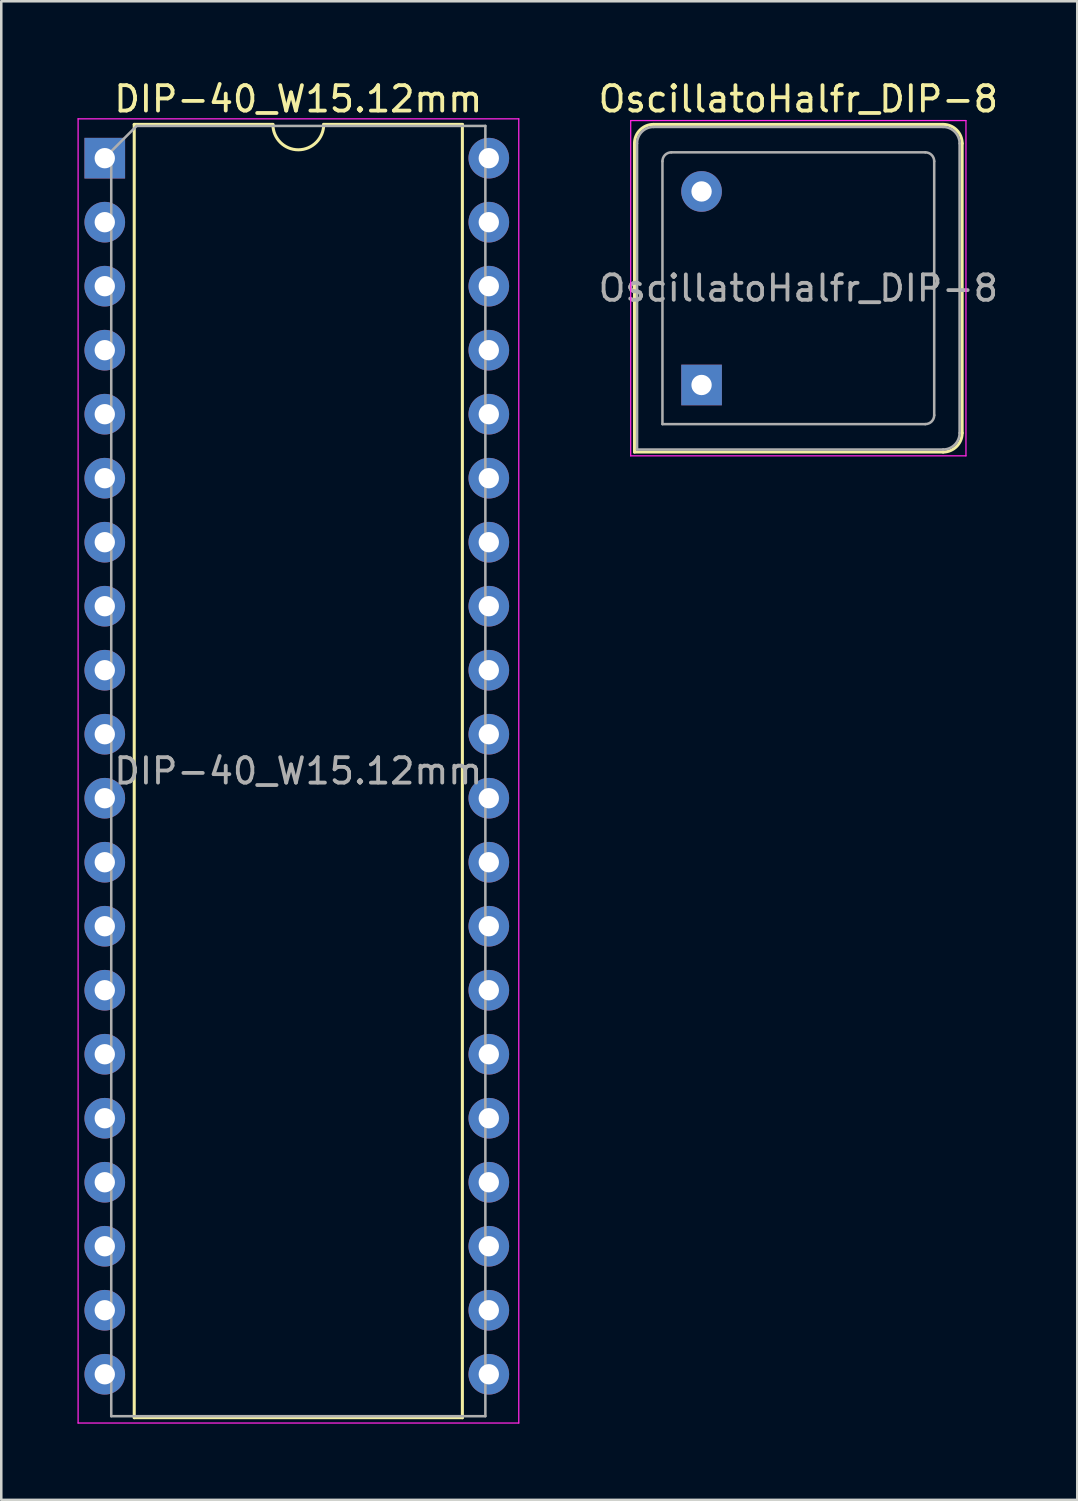
<source format=kicad_pcb>
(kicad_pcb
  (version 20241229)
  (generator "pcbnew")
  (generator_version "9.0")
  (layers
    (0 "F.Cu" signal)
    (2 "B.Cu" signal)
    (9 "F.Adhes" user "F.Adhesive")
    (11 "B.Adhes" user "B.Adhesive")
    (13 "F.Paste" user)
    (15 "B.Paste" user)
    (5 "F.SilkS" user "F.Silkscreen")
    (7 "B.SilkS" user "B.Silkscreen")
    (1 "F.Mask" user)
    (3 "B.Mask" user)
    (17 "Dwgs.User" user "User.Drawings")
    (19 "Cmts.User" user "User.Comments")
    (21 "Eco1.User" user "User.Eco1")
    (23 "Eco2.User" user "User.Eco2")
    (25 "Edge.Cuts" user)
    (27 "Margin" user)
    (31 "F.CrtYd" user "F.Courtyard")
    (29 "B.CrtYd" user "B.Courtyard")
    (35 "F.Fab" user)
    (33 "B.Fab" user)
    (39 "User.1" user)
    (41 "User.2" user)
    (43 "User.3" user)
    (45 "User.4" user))
  (footprint "OscillatoHalfr_DIP-8"
    (layer "F.Cu")
    (at 24.572 12.108)
    (property "Reference" "OscillatoHalfr_DIP-8" (at 3.81 -11.26 0) (layer "F.SilkS") (effects (font (size 1 1) (thickness 0.15))))
    (attr through_hole)
    (fp_line (start -2.64 -9.51) (end -2.64 2.64) (stroke (width 0.12) (type solid)) (layer "F.SilkS"))
    (fp_line (start -2.64 2.64) (end 9.51 2.64) (stroke (width 0.12) (type solid)) (layer "F.SilkS"))
    (fp_line (start 9.51 -10.26) (end -1.89 -10.26) (stroke (width 0.12) (type solid)) (layer "F.SilkS"))
    (fp_line (start 10.26 1.89) (end 10.26 -9.51) (stroke (width 0.12) (type solid)) (layer "F.SilkS"))
    (fp_arc (start -2.64 -9.51) (mid -2.42033 -10.04033) (end -1.89 -10.26) (stroke (width 0.12) (type solid)) (layer "F.SilkS"))
    (fp_arc (start 9.51 -10.26) (mid 10.04033 -10.04033) (end 10.26 -9.51) (stroke (width 0.12) (type solid)) (layer "F.SilkS"))
    (fp_arc (start 10.26 1.89) (mid 10.04033 2.42033) (end 9.51 2.64) (stroke (width 0.12) (type solid)) (layer "F.SilkS"))
    (fp_line (start -2.79 -10.41) (end -2.79 2.79) (stroke (width 0.05) (type solid)) (layer "F.CrtYd"))
    (fp_line (start -2.79 2.79) (end 10.41 2.79) (stroke (width 0.05) (type solid)) (layer "F.CrtYd"))
    (fp_line (start 10.41 -10.41) (end -2.79 -10.41) (stroke (width 0.05) (type solid)) (layer "F.CrtYd"))
    (fp_line (start 10.41 2.79) (end 10.41 -10.41) (stroke (width 0.05) (type solid)) (layer "F.CrtYd"))
    (fp_line (start -2.54 2.54) (end -2.54 -9.51) (stroke (width 0.1) (type solid)) (layer "F.Fab"))
    (fp_line (start -2.54 2.54) (end 9.51 2.54) (stroke (width 0.1) (type solid)) (layer "F.Fab"))
    (fp_line (start -1.89 -10.16) (end 9.51 -10.16) (stroke (width 0.1) (type solid)) (layer "F.Fab"))
    (fp_line (start -1.54 1.54) (end -1.54 -8.81) (stroke (width 0.1) (type solid)) (layer "F.Fab"))
    (fp_line (start -1.54 1.54) (end 8.81 1.54) (stroke (width 0.1) (type solid)) (layer "F.Fab"))
    (fp_line (start -1.19 -9.16) (end 8.81 -9.16) (stroke (width 0.1) (type solid)) (layer "F.Fab"))
    (fp_line (start 9.16 1.19) (end 9.16 -8.81) (stroke (width 0.1) (type solid)) (layer "F.Fab"))
    (fp_line (start 10.16 -9.51) (end 10.16 1.89) (stroke (width 0.1) (type solid)) (layer "F.Fab"))
    (fp_arc (start -2.54 -9.51) (mid -2.349619 -9.969619) (end -1.89 -10.16) (stroke (width 0.1) (type solid)) (layer "F.Fab"))
    (fp_arc (start -1.54 -8.81) (mid -1.437487 -9.057487) (end -1.19 -9.16) (stroke (width 0.1) (type solid)) (layer "F.Fab"))
    (fp_arc (start 8.81 -9.16) (mid 9.057487 -9.057487) (end 9.16 -8.81) (stroke (width 0.1) (type solid)) (layer "F.Fab"))
    (fp_arc (start 9.16 1.19) (mid 9.057487 1.437487) (end 8.81 1.54) (stroke (width 0.1) (type solid)) (layer "F.Fab"))
    (fp_arc (start 9.51 -10.16) (mid 9.969619 -9.969619) (end 10.16 -9.51) (stroke (width 0.1) (type solid)) (layer "F.Fab"))
    (fp_arc (start 10.16 1.89) (mid 9.969619 2.349619) (end 9.51 2.54) (stroke (width 0.1) (type solid)) (layer "F.Fab"))
    (fp_text user "${REFERENCE}" (at 3.81 -3.81 0) (layer "F.Fab") (effects (font (size 1 1) (thickness 0.15))))
    (pad "1" thru_hole rect (at 0 0) (size 1.6 1.6) (drill 0.8) (layers "*.Cu" "*.Mask"))
    (pad "2" thru_hole circle (at 0 -7.62) (size 1.6 1.6) (drill 0.8) (layers "*.Cu" "*.Mask")))
  (footprint "DIP-40_W15.12mm"
    (layer "F.Cu")
    (at 1.075 3.178)
    (property "Reference" "DIP-40_W15.12mm" (at 7.62 -2.33 0) (layer "F.SilkS") (effects (font (size 1 1) (thickness 0.15))))
    (attr through_hole)
    (fp_line (start 1.16 -1.33) (end 1.16 49.59) (stroke (width 0.12) (type solid)) (layer "F.SilkS"))
    (fp_line (start 1.16 49.59) (end 14.08 49.59) (stroke (width 0.12) (type solid)) (layer "F.SilkS"))
    (fp_line (start 6.62 -1.33) (end 1.16 -1.33) (stroke (width 0.12) (type solid)) (layer "F.SilkS"))
    (fp_line (start 14.08 -1.33) (end 8.62 -1.33) (stroke (width 0.12) (type solid)) (layer "F.SilkS"))
    (fp_line (start 14.08 49.59) (end 14.08 -1.33) (stroke (width 0.12) (type solid)) (layer "F.SilkS"))
    (fp_arc (start 8.62 -1.33) (mid 7.62 -0.33) (end 6.62 -1.33) (stroke (width 0.12) (type solid)) (layer "F.SilkS"))
    (fp_line (start -1.05 -1.55) (end -1.05 49.8) (stroke (width 0.05) (type solid)) (layer "F.CrtYd"))
    (fp_line (start -1.05 49.8) (end 16.3 49.8) (stroke (width 0.05) (type solid)) (layer "F.CrtYd"))
    (fp_line (start 16.3 -1.55) (end -1.05 -1.55) (stroke (width 0.05) (type solid)) (layer "F.CrtYd"))
    (fp_line (start 16.3 49.8) (end 16.3 -1.55) (stroke (width 0.05) (type solid)) (layer "F.CrtYd"))
    (fp_line (start 0.255 -0.27) (end 1.255 -1.27) (stroke (width 0.1) (type solid)) (layer "F.Fab"))
    (fp_line (start 0.255 49.53) (end 0.255 -0.27) (stroke (width 0.1) (type solid)) (layer "F.Fab"))
    (fp_line (start 1.255 -1.27) (end 14.985 -1.27) (stroke (width 0.1) (type solid)) (layer "F.Fab"))
    (fp_line (start 14.985 -1.27) (end 14.985 49.53) (stroke (width 0.1) (type solid)) (layer "F.Fab"))
    (fp_line (start 14.985 49.53) (end 0.255 49.53) (stroke (width 0.1) (type solid)) (layer "F.Fab"))
    (fp_text user "${REFERENCE}" (at 7.62 24.13 0) (layer "F.Fab") (effects (font (size 1 1) (thickness 0.15))))
    (pad "1" thru_hole rect (at 0 0) (size 1.6 1.6) (drill 0.8) (layers "*.Cu" "*.Mask"))
    (pad "2" thru_hole oval (at 0 2.52) (size 1.6 1.6) (drill 0.8) (layers "*.Cu" "*.Mask"))
    (pad "3" thru_hole oval (at 0 5.04) (size 1.6 1.6) (drill 0.8) (layers "*.Cu" "*.Mask"))
    (pad "4" thru_hole oval (at 0 7.56) (size 1.6 1.6) (drill 0.8) (layers "*.Cu" "*.Mask"))
    (pad "5" thru_hole oval (at 0 10.08) (size 1.6 1.6) (drill 0.8) (layers "*.Cu" "*.Mask"))
    (pad "6" thru_hole oval (at 0 12.6) (size 1.6 1.6) (drill 0.8) (layers "*.Cu" "*.Mask"))
    (pad "7" thru_hole oval (at 0 15.12) (size 1.6 1.6) (drill 0.8) (layers "*.Cu" "*.Mask"))
    (pad "8" thru_hole oval (at 0 17.64) (size 1.6 1.6) (drill 0.8) (layers "*.Cu" "*.Mask"))
    (pad "9" thru_hole oval (at 0 20.16) (size 1.6 1.6) (drill 0.8) (layers "*.Cu" "*.Mask"))
    (pad "10" thru_hole oval (at 0 22.68) (size 1.6 1.6) (drill 0.8) (layers "*.Cu" "*.Mask"))
    (pad "11" thru_hole oval (at 0 25.2) (size 1.6 1.6) (drill 0.8) (layers "*.Cu" "*.Mask"))
    (pad "12" thru_hole oval (at 0 27.72) (size 1.6 1.6) (drill 0.8) (layers "*.Cu" "*.Mask"))
    (pad "13" thru_hole oval (at 0 30.24) (size 1.6 1.6) (drill 0.8) (layers "*.Cu" "*.Mask"))
    (pad "14" thru_hole oval (at 0 32.76) (size 1.6 1.6) (drill 0.8) (layers "*.Cu" "*.Mask"))
    (pad "15" thru_hole oval (at 0 35.28) (size 1.6 1.6) (drill 0.8) (layers "*.Cu" "*.Mask"))
    (pad "16" thru_hole oval (at 0 37.8) (size 1.6 1.6) (drill 0.8) (layers "*.Cu" "*.Mask"))
    (pad "17" thru_hole oval (at 0 40.32) (size 1.6 1.6) (drill 0.8) (layers "*.Cu" "*.Mask"))
    (pad "18" thru_hole oval (at 0 42.84) (size 1.6 1.6) (drill 0.8) (layers "*.Cu" "*.Mask"))
    (pad "19" thru_hole oval (at 0 45.36) (size 1.6 1.6) (drill 0.8) (layers "*.Cu" "*.Mask"))
    (pad "20" thru_hole oval (at 0 47.88) (size 1.6 1.6) (drill 0.8) (layers "*.Cu" "*.Mask"))
    (pad "21" thru_hole oval (at 15.12 47.88) (size 1.6 1.6) (drill 0.8) (layers "*.Cu" "*.Mask"))
    (pad "22" thru_hole oval (at 15.12 45.36) (size 1.6 1.6) (drill 0.8) (layers "*.Cu" "*.Mask"))
    (pad "23" thru_hole oval (at 15.12 42.84) (size 1.6 1.6) (drill 0.8) (layers "*.Cu" "*.Mask"))
    (pad "24" thru_hole oval (at 15.12 40.32) (size 1.6 1.6) (drill 0.8) (layers "*.Cu" "*.Mask"))
    (pad "25" thru_hole oval (at 15.12 37.8) (size 1.6 1.6) (drill 0.8) (layers "*.Cu" "*.Mask"))
    (pad "26" thru_hole oval (at 15.12 35.28) (size 1.6 1.6) (drill 0.8) (layers "*.Cu" "*.Mask"))
    (pad "27" thru_hole oval (at 15.12 32.76) (size 1.6 1.6) (drill 0.8) (layers "*.Cu" "*.Mask"))
    (pad "28" thru_hole oval (at 15.12 30.24) (size 1.6 1.6) (drill 0.8) (layers "*.Cu" "*.Mask"))
    (pad "29" thru_hole oval (at 15.12 27.72) (size 1.6 1.6) (drill 0.8) (layers "*.Cu" "*.Mask"))
    (pad "30" thru_hole oval (at 15.12 25.2) (size 1.6 1.6) (drill 0.8) (layers "*.Cu" "*.Mask"))
    (pad "31" thru_hole oval (at 15.12 22.68) (size 1.6 1.6) (drill 0.8) (layers "*.Cu" "*.Mask"))
    (pad "32" thru_hole oval (at 15.12 20.16) (size 1.6 1.6) (drill 0.8) (layers "*.Cu" "*.Mask"))
    (pad "33" thru_hole oval (at 15.12 17.64) (size 1.6 1.6) (drill 0.8) (layers "*.Cu" "*.Mask"))
    (pad "34" thru_hole oval (at 15.12 15.12) (size 1.6 1.6) (drill 0.8) (layers "*.Cu" "*.Mask"))
    (pad "35" thru_hole oval (at 15.12 12.6) (size 1.6 1.6) (drill 0.8) (layers "*.Cu" "*.Mask"))
    (pad "36" thru_hole oval (at 15.12 10.08) (size 1.6 1.6) (drill 0.8) (layers "*.Cu" "*.Mask"))
    (pad "37" thru_hole oval (at 15.12 7.56) (size 1.6 1.6) (drill 0.8) (layers "*.Cu" "*.Mask"))
    (pad "38" thru_hole oval (at 15.12 5.04) (size 1.6 1.6) (drill 0.8) (layers "*.Cu" "*.Mask"))
    (pad "39" thru_hole oval (at 15.12 2.52) (size 1.6 1.6) (drill 0.8) (layers "*.Cu" "*.Mask"))
    (pad "40" thru_hole oval (at 15.12 0) (size 1.6 1.6) (drill 0.8) (layers "*.Cu" "*.Mask")))
  (gr_rect
    (start -3 -3)
    (end 39.364 56.003)
    (stroke (width 0.1) (type default))
    (fill no)
    (layer "Edge.Cuts")))
</source>
